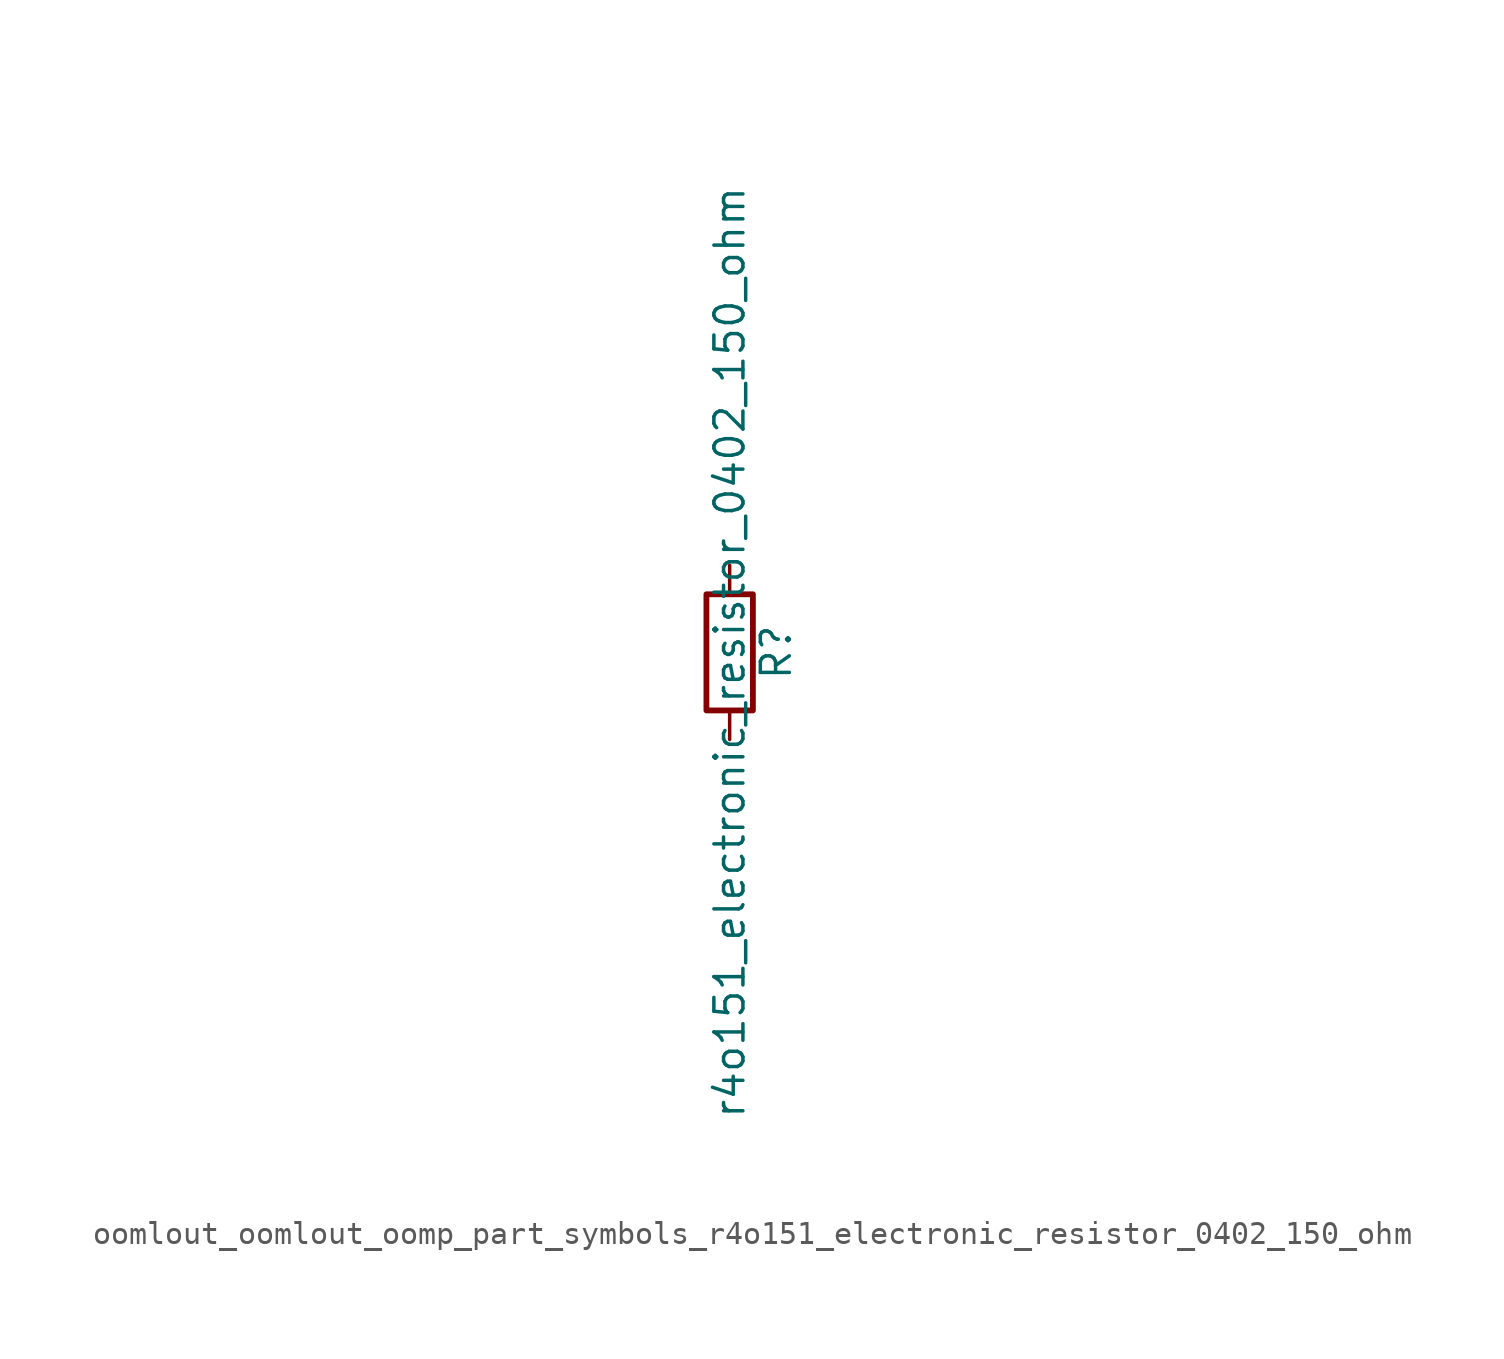
<source format=kicad_sym>
(kicad_symbol_lib
  (version 20220914)
  (generator kicad_symbol_editor)
  (symbol "oomlout_oomlout_oomp_part_symbols_r4o151_electronic_resistor_0402_150_ohm"
    (pin_numbers hide)
    (pin_names
      (offset 0))
    (property "Reference" "R"
      (at 2.032 0 90)
      (effects (font (size 1.27 1.27))))
    (property "Value" "r4o151_electronic_resistor_0402_150_ohm"
      (at 0 0 90)
      (effects (font (size 1.27 1.27))))
    (symbol "oomlout_oomlout_oomp_part_symbols_r4o151_electronic_resistor_0402_150_ohm_0_1"
      (rectangle (start -1.016 -2.54) (end 1.016 2.54) (stroke (width 0.254) (type default)) (fill (type none))))
    (symbol "oomlout_oomlout_oomp_part_symbols_r4o151_electronic_resistor_0402_150_ohm_1_1"
      (pin passive line (at 0 3.81 270) (length 1.27) (name "~" (effects (font (size 1.27 1.27)))) (number "1" (effects (font (size 1.27 1.27)))))
      (pin passive line (at 0 -3.81 90) (length 1.27) (name "~" (effects (font (size 1.27 1.27)))) (number "2" (effects (font (size 1.27 1.27))))))))
</source>
